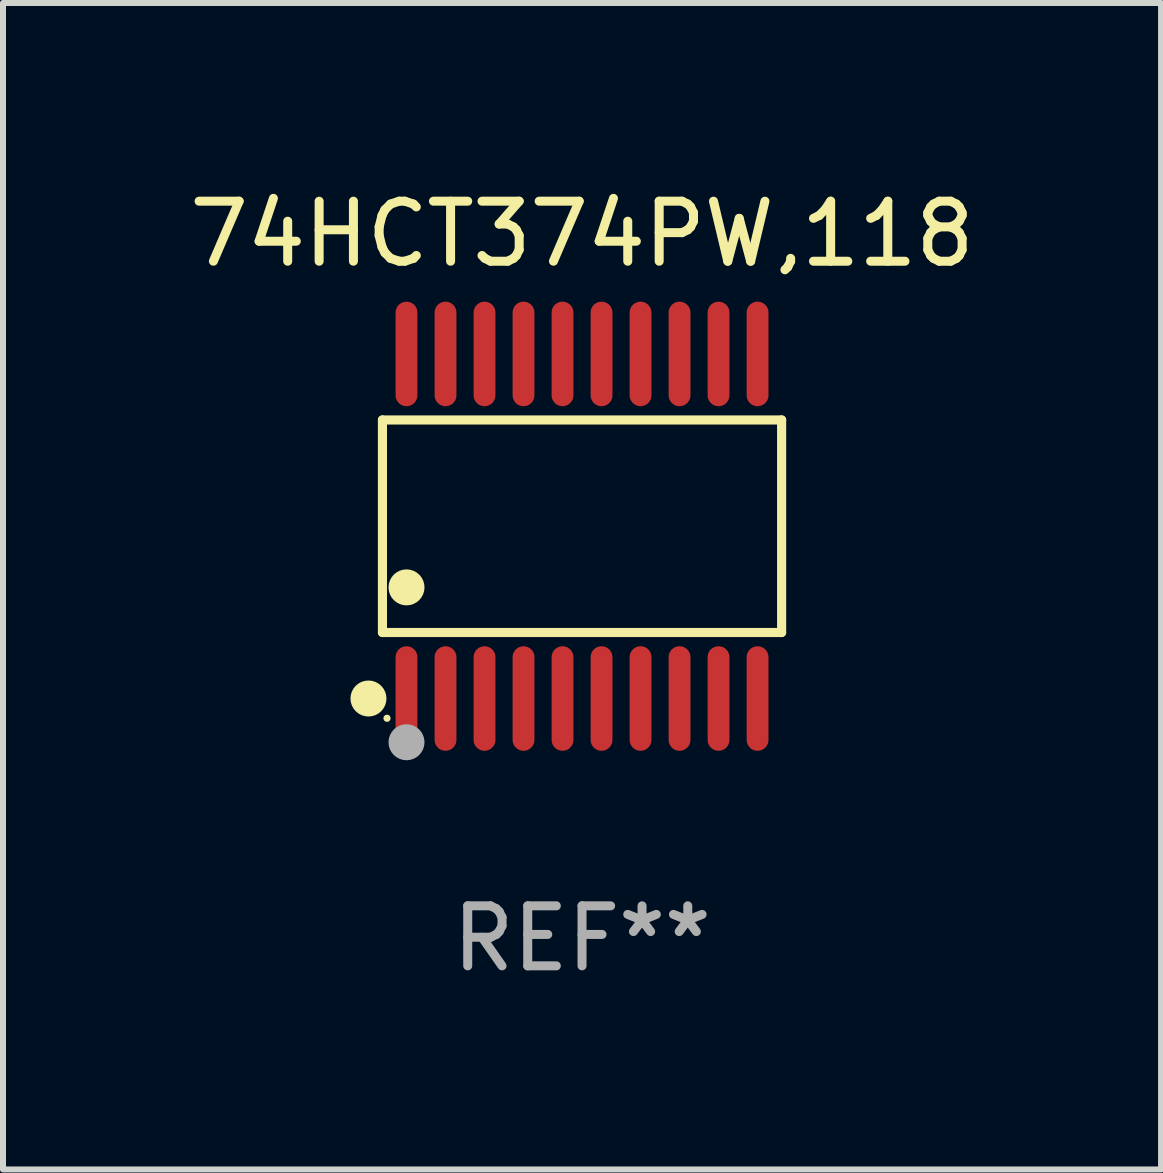
<source format=kicad_pcb>
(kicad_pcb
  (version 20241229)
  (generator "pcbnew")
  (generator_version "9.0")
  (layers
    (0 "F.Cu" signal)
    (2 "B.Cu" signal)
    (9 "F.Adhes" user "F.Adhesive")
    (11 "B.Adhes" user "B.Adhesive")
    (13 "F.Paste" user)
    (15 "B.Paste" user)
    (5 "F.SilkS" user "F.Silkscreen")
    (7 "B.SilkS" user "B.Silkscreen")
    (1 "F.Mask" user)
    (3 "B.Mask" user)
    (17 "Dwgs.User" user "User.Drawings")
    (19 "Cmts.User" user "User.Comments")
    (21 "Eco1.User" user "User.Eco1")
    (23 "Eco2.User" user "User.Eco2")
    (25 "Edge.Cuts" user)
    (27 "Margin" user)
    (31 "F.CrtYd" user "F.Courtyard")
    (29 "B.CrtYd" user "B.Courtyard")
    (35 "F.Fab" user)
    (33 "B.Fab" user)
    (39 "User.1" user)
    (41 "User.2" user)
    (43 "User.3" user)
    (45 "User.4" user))
  (footprint "74HCT374PW,118"
    (layer "F.Cu")
    (at 6.649 5.719)
    (property "Reference" "74HCT374PW,118" (at 0 -4.871 0) (layer "F.SilkS") (effects (font (size 1 1) (thickness 0.15))))
    (attr through_hole)
    (fp_line (start -3.326 -1.771) (end 3.326 -1.771) (stroke (width 0.152) (type solid)) (layer "F.SilkS"))
    (fp_line (start -3.326 1.771) (end -3.326 -1.771) (stroke (width 0.152) (type solid)) (layer "F.SilkS"))
    (fp_line (start 3.326 -1.771) (end 3.326 1.771) (stroke (width 0.152) (type solid)) (layer "F.SilkS"))
    (fp_line (start 3.326 1.771) (end -3.326 1.771) (stroke (width 0.152) (type solid)) (layer "F.SilkS"))
    (fp_circle (center -3.559 2.871) (end -3.409 2.871) (stroke (width 0.3) (type solid)) (fill no) (layer "F.SilkS"))
    (fp_circle (center -3.25 3.2) (end -3.22 3.2) (stroke (width 0.06) (type solid)) (fill no) (layer "F.SilkS"))
    (fp_circle (center -2.925 1.019) (end -2.775 1.019) (stroke (width 0.3) (type solid)) (fill no) (layer "F.SilkS"))
    (fp_circle (center -2.925 3.6) (end -2.775 3.6) (stroke (width 0.3) (type solid)) (fill no) (layer "F.Fab"))
    (fp_text user "REF**" (at 0 6.871 0) (layer "F.Fab") (effects (font (size 1 1) (thickness 0.15))))
    (pad "1" smd oval (at -2.925 2.871) (size 0.364 1.742) (layers "F.Cu" "F.Mask" "F.Paste"))
    (pad "2" smd oval (at -2.275 2.871) (size 0.364 1.742) (layers "F.Cu" "F.Mask" "F.Paste"))
    (pad "3" smd oval (at -1.625 2.871) (size 0.364 1.742) (layers "F.Cu" "F.Mask" "F.Paste"))
    (pad "4" smd oval (at -0.975 2.871) (size 0.364 1.742) (layers "F.Cu" "F.Mask" "F.Paste"))
    (pad "5" smd oval (at -0.325 2.871) (size 0.364 1.742) (layers "F.Cu" "F.Mask" "F.Paste"))
    (pad "6" smd oval (at 0.325 2.871) (size 0.364 1.742) (layers "F.Cu" "F.Mask" "F.Paste"))
    (pad "7" smd oval (at 0.975 2.871) (size 0.364 1.742) (layers "F.Cu" "F.Mask" "F.Paste"))
    (pad "8" smd oval (at 1.625 2.871) (size 0.364 1.742) (layers "F.Cu" "F.Mask" "F.Paste"))
    (pad "9" smd oval (at 2.275 2.871) (size 0.364 1.742) (layers "F.Cu" "F.Mask" "F.Paste"))
    (pad "10" smd oval (at 2.925 2.871) (size 0.364 1.742) (layers "F.Cu" "F.Mask" "F.Paste"))
    (pad "11" smd oval (at 2.925 -2.871) (size 0.364 1.742) (layers "F.Cu" "F.Mask" "F.Paste"))
    (pad "12" smd oval (at 2.275 -2.871) (size 0.364 1.742) (layers "F.Cu" "F.Mask" "F.Paste"))
    (pad "13" smd oval (at 1.625 -2.871) (size 0.364 1.742) (layers "F.Cu" "F.Mask" "F.Paste"))
    (pad "14" smd oval (at 0.975 -2.871) (size 0.364 1.742) (layers "F.Cu" "F.Mask" "F.Paste"))
    (pad "15" smd oval (at 0.325 -2.871) (size 0.364 1.742) (layers "F.Cu" "F.Mask" "F.Paste"))
    (pad "16" smd oval (at -0.325 -2.871) (size 0.364 1.742) (layers "F.Cu" "F.Mask" "F.Paste"))
    (pad "17" smd oval (at -0.975 -2.871) (size 0.364 1.742) (layers "F.Cu" "F.Mask" "F.Paste"))
    (pad "18" smd oval (at -1.625 -2.871) (size 0.364 1.742) (layers "F.Cu" "F.Mask" "F.Paste"))
    (pad "19" smd oval (at -2.275 -2.871) (size 0.364 1.742) (layers "F.Cu" "F.Mask" "F.Paste"))
    (pad "20" smd oval (at -2.925 -2.871) (size 0.364 1.742) (layers "F.Cu" "F.Mask" "F.Paste")))
  (gr_rect
    (start -3 -3)
    (end 16.298 16.438)
    (stroke (width 0.1) (type default))
    (fill no)
    (layer "Edge.Cuts")))
</source>
